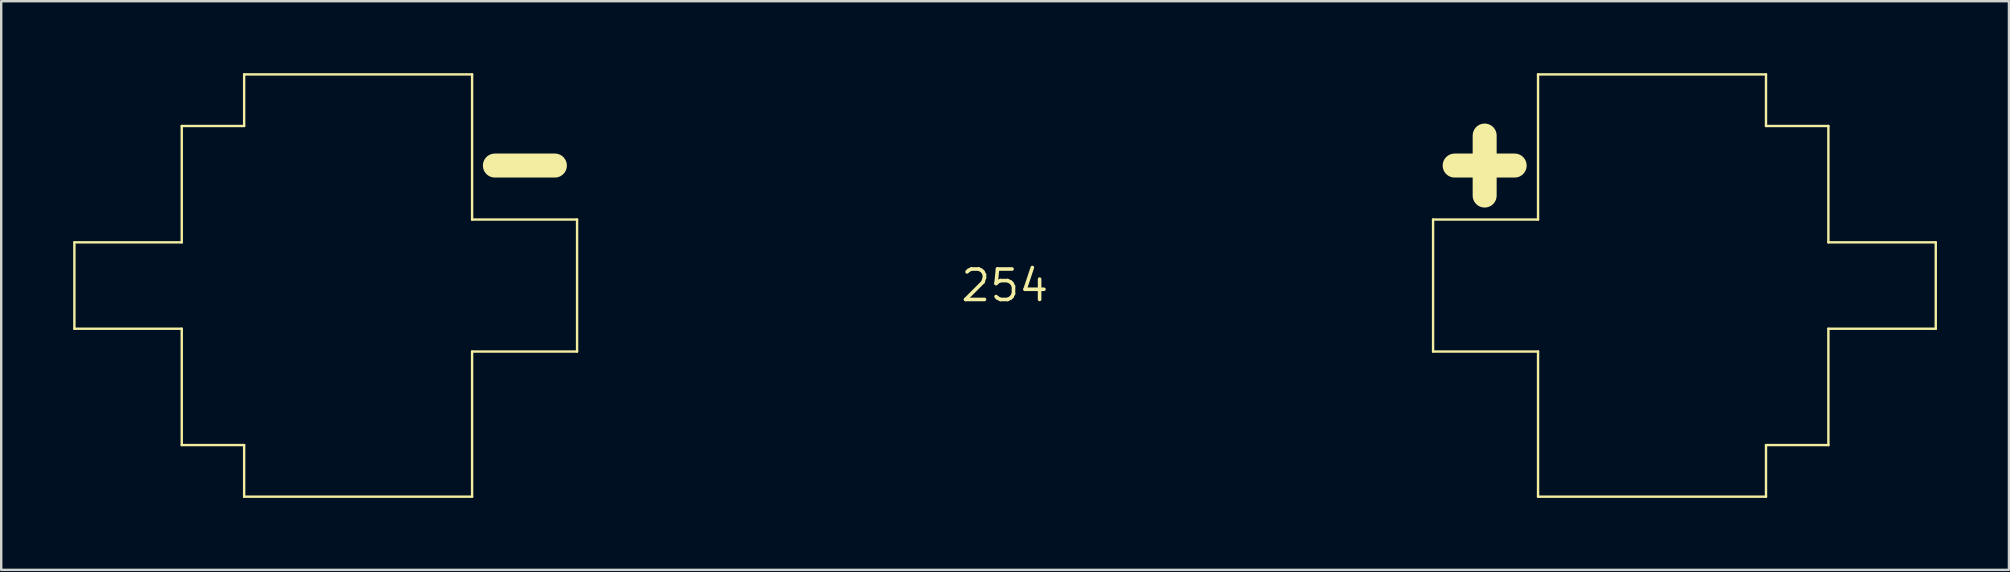
<source format=kicad_pcb>
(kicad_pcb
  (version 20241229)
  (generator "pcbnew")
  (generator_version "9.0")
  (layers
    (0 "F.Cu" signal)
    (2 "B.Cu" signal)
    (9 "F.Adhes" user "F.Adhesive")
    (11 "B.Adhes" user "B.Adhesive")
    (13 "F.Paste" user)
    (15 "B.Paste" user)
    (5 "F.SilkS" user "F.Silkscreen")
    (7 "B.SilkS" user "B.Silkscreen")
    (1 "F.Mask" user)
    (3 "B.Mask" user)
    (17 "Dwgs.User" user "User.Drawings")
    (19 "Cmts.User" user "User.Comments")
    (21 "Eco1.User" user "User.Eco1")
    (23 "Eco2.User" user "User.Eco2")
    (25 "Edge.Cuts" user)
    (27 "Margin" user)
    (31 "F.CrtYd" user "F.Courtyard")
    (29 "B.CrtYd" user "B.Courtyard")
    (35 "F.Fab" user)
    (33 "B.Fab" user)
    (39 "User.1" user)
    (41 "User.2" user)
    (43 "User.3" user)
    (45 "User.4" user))
  (footprint "254"
    (layer "F.Cu")
    (at 38.825 8.85)
    (property "Reference" "254" (at 0 0 0) (layer "F.SilkS") (effects (font (size 1.27 1.27) (thickness 0.15))))
    (attr through_hole)
    (fp_line (start -38.775 -1.8) (end -34.3 -1.8) (stroke (width 0.1) (type solid)) (layer "F.SilkS"))
    (fp_line (start -38.775 1.8) (end -38.775 -1.8) (stroke (width 0.1) (type solid)) (layer "F.SilkS"))
    (fp_line (start -38.775 1.8) (end -34.3 1.8) (stroke (width 0.1) (type solid)) (layer "F.SilkS"))
    (fp_line (start -34.3 -6.65) (end -31.7 -6.65) (stroke (width 0.1) (type solid)) (layer "F.SilkS"))
    (fp_line (start -34.3 -1.8) (end -34.3 -6.65) (stroke (width 0.1) (type solid)) (layer "F.SilkS"))
    (fp_line (start -34.3 6.65) (end -34.3 1.8) (stroke (width 0.1) (type solid)) (layer "F.SilkS"))
    (fp_line (start -34.3 6.65) (end -31.7 6.65) (stroke (width 0.1) (type solid)) (layer "F.SilkS"))
    (fp_line (start -31.7 -8.8) (end -22.2 -8.8) (stroke (width 0.1) (type solid)) (layer "F.SilkS"))
    (fp_line (start -31.7 -6.65) (end -31.7 -8.8) (stroke (width 0.1) (type solid)) (layer "F.SilkS"))
    (fp_line (start -31.7 6.65) (end -31.7 8.8) (stroke (width 0.1) (type solid)) (layer "F.SilkS"))
    (fp_line (start -31.7 8.8) (end -22.2 8.8) (stroke (width 0.1) (type solid)) (layer "F.SilkS"))
    (fp_line (start -22.2 -2.75) (end -22.2 -8.8) (stroke (width 0.1) (type solid)) (layer "F.SilkS"))
    (fp_line (start -22.2 -2.75) (end -17.825 -2.75) (stroke (width 0.1) (type solid)) (layer "F.SilkS"))
    (fp_line (start -22.2 2.75) (end -17.825 2.75) (stroke (width 0.1) (type solid)) (layer "F.SilkS"))
    (fp_line (start -22.2 8.8) (end -22.2 2.75) (stroke (width 0.1) (type solid)) (layer "F.SilkS"))
    (fp_line (start -21.25 -5) (end -18.75 -5) (stroke (width 1) (type solid)) (layer "F.SilkS"))
    (fp_line (start -17.825 2.75) (end -17.825 -2.75) (stroke (width 0.1) (type solid)) (layer "F.SilkS"))
    (fp_line (start 17.85 -2.75) (end 22.225 -2.75) (stroke (width 0.1) (type solid)) (layer "F.SilkS"))
    (fp_line (start 17.85 2.75) (end 17.85 -2.75) (stroke (width 0.1) (type solid)) (layer "F.SilkS"))
    (fp_line (start 17.85 2.75) (end 22.225 2.75) (stroke (width 0.1) (type solid)) (layer "F.SilkS"))
    (fp_line (start 18.75 -5) (end 21.25 -5) (stroke (width 1) (type solid)) (layer "F.SilkS"))
    (fp_line (start 20 -3.75) (end 20 -6.25) (stroke (width 1) (type solid)) (layer "F.SilkS"))
    (fp_line (start 22.225 -8.8) (end 31.725 -8.8) (stroke (width 0.1) (type solid)) (layer "F.SilkS"))
    (fp_line (start 22.225 -2.75) (end 22.225 -8.8) (stroke (width 0.1) (type solid)) (layer "F.SilkS"))
    (fp_line (start 22.225 8.8) (end 22.225 2.75) (stroke (width 0.1) (type solid)) (layer "F.SilkS"))
    (fp_line (start 22.225 8.8) (end 31.725 8.8) (stroke (width 0.1) (type solid)) (layer "F.SilkS"))
    (fp_line (start 31.725 -8.8) (end 31.725 -6.65) (stroke (width 0.1) (type solid)) (layer "F.SilkS"))
    (fp_line (start 31.725 -6.65) (end 34.325 -6.65) (stroke (width 0.1) (type solid)) (layer "F.SilkS"))
    (fp_line (start 31.725 6.65) (end 34.325 6.65) (stroke (width 0.1) (type solid)) (layer "F.SilkS"))
    (fp_line (start 31.725 8.8) (end 31.725 6.65) (stroke (width 0.1) (type solid)) (layer "F.SilkS"))
    (fp_line (start 34.325 -6.65) (end 34.325 -1.8) (stroke (width 0.1) (type solid)) (layer "F.SilkS"))
    (fp_line (start 34.325 -1.8) (end 38.8 -1.8) (stroke (width 0.1) (type solid)) (layer "F.SilkS"))
    (fp_line (start 34.325 1.8) (end 38.8 1.8) (stroke (width 0.1) (type solid)) (layer "F.SilkS"))
    (fp_line (start 34.325 6.65) (end 34.325 1.8) (stroke (width 0.1) (type solid)) (layer "F.SilkS"))
    (fp_line (start 38.8 -1.8) (end 38.8 1.8) (stroke (width 0.1) (type solid)) (layer "F.SilkS")))
  (gr_rect
    (start -3 -3)
    (end 80.675 20.7)
    (stroke (width 0.1) (type default))
    (fill no)
    (layer "Edge.Cuts")))
</source>
